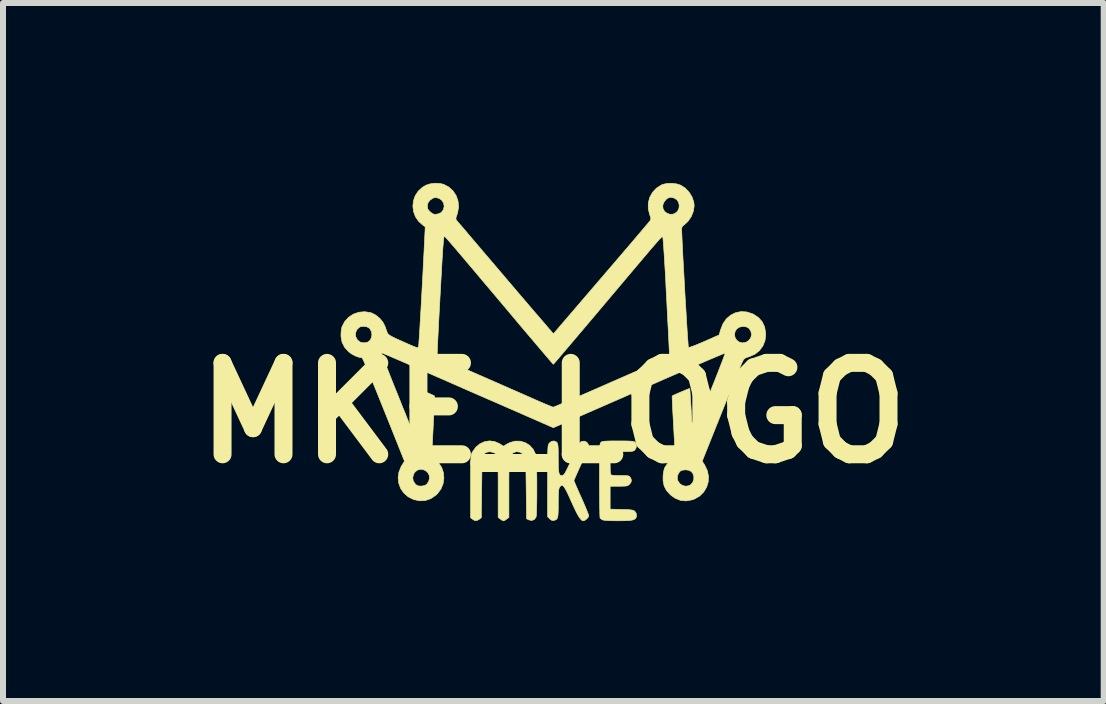
<source format=kicad_pcb>
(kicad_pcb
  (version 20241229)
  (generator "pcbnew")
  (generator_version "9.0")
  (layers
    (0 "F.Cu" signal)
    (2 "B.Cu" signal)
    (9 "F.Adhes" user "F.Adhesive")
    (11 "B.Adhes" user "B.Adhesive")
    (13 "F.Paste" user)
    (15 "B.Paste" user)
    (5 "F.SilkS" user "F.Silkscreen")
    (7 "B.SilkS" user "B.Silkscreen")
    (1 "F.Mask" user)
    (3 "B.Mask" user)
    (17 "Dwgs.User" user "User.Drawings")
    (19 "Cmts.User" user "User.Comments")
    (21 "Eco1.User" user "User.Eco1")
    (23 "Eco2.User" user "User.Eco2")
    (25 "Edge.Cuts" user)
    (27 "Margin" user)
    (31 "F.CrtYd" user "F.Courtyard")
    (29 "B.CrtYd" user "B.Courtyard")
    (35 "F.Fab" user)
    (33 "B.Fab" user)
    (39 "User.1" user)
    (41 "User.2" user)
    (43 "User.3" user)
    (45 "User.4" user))
  (footprint "MKE_LOGO"
    (layer "F.Cu")
    (at 6.176 3.835)
    (property "Reference" "MKE_LOGO" (at 0 0 0) (layer "F.SilkS") (effects (font (size 1.524 1.524) (thickness 0.3))))
    (attr through_hole)
    (fp_poly (pts (xy 1.172 0.467) (xy 1.24 0.468) (xy 1.289 0.47) (xy 1.322 0.473) (xy 1.343 0.478) (xy 1.357 0.485) (xy 1.364 0.492) (xy 1.384 0.532) (xy 1.382 0.578) (xy 1.359 0.618) (xy 1.346 0.629) (xy 1.328 0.636) (xy 1.302 0.641) (xy 1.261 0.644) (xy 1.202 0.645) (xy 1.14 0.645) (xy 0.947 0.645) (xy 0.947 0.836) (xy 0.948 0.914) (xy 0.949 0.968) (xy 0.953 1.003) (xy 0.958 1.024) (xy 0.966 1.033) (xy 0.969 1.035) (xy 0.992 1.039) (xy 1.034 1.042) (xy 1.09 1.043) (xy 1.126 1.043) (xy 1.189 1.044) (xy 1.23 1.046) (xy 1.256 1.051) (xy 1.272 1.061) (xy 1.283 1.074) (xy 1.302 1.117) (xy 1.295 1.156) (xy 1.271 1.188) (xy 1.254 1.203) (xy 1.235 1.213) (xy 1.208 1.219) (xy 1.168 1.221) (xy 1.107 1.222) (xy 1.092 1.222) (xy 0.947 1.222) (xy 0.947 1.604) (xy 1.138 1.609) (xy 1.216 1.611) (xy 1.272 1.614) (xy 1.31 1.619) (xy 1.335 1.625) (xy 1.352 1.635) (xy 1.358 1.639) (xy 1.38 1.671) (xy 1.386 1.701) (xy 1.384 1.733) (xy 1.373 1.757) (xy 1.352 1.774) (xy 1.317 1.786) (xy 1.265 1.794) (xy 1.192 1.797) (xy 1.096 1.798) (xy 1.075 1.798) (xy 0.978 1.797) (xy 0.902 1.794) (xy 0.848 1.789) (xy 0.819 1.783) (xy 0.817 1.782) (xy 0.791 1.763) (xy 0.779 1.752) (xy 0.777 1.735) (xy 0.775 1.694) (xy 0.774 1.631) (xy 0.772 1.55) (xy 0.771 1.452) (xy 0.77 1.341) (xy 0.769 1.219) (xy 0.769 1.125) (xy 0.769 0.979) (xy 0.769 0.858) (xy 0.77 0.759) (xy 0.771 0.681) (xy 0.772 0.62) (xy 0.774 0.574) (xy 0.776 0.542) (xy 0.78 0.519) (xy 0.784 0.504) (xy 0.789 0.495) (xy 0.794 0.49) (xy 0.806 0.481) (xy 0.825 0.476) (xy 0.855 0.471) (xy 0.9 0.469) (xy 0.963 0.467) (xy 1.048 0.467) (xy 1.08 0.467) (xy 1.172 0.467)) (stroke (width 0.01) (type solid)) (fill yes) (layer "F.SilkS"))
    (fp_poly (pts (xy -0.978 0.477) (xy -0.896 0.513) (xy -0.87 0.53) (xy -0.84 0.55) (xy -0.822 0.552) (xy -0.811 0.543) (xy -0.79 0.528) (xy -0.753 0.508) (xy -0.724 0.494) (xy -0.637 0.47) (xy -0.551 0.471) (xy -0.469 0.495) (xy -0.397 0.539) (xy -0.339 0.602) (xy -0.299 0.68) (xy -0.289 0.714) (xy -0.286 0.744) (xy -0.282 0.797) (xy -0.28 0.868) (xy -0.278 0.954) (xy -0.276 1.05) (xy -0.275 1.153) (xy -0.275 1.258) (xy -0.275 1.362) (xy -0.276 1.461) (xy -0.278 1.551) (xy -0.28 1.627) (xy -0.282 1.687) (xy -0.286 1.725) (xy -0.288 1.736) (xy -0.315 1.775) (xy -0.356 1.792) (xy -0.403 1.785) (xy -0.407 1.783) (xy -0.446 1.764) (xy -0.46 0.725) (xy -0.505 0.685) (xy -0.557 0.654) (xy -0.612 0.646) (xy -0.664 0.661) (xy -0.705 0.697) (xy -0.72 0.721) (xy -0.726 0.737) (xy -0.731 0.759) (xy -0.734 0.791) (xy -0.737 0.835) (xy -0.739 0.893) (xy -0.74 0.97) (xy -0.741 1.067) (xy -0.741 1.187) (xy -0.741 1.254) (xy -0.741 1.742) (xy -0.778 1.77) (xy -0.807 1.79) (xy -0.83 1.799) (xy -0.831 1.799) (xy -0.852 1.791) (xy -0.882 1.771) (xy -0.884 1.77) (xy -0.92 1.742) (xy -0.92 1.248) (xy -0.92 1.11) (xy -0.921 0.997) (xy -0.922 0.906) (xy -0.924 0.835) (xy -0.928 0.781) (xy -0.934 0.74) (xy -0.942 0.712) (xy -0.953 0.692) (xy -0.966 0.678) (xy -0.982 0.668) (xy -0.995 0.662) (xy -1.057 0.646) (xy -1.114 0.656) (xy -1.149 0.678) (xy -1.188 0.712) (xy -1.201 1.746) (xy -1.234 1.772) (xy -1.276 1.795) (xy -1.316 1.792) (xy -1.347 1.772) (xy -1.38 1.746) (xy -1.38 1.227) (xy -1.38 1.093) (xy -1.38 0.985) (xy -1.379 0.898) (xy -1.378 0.83) (xy -1.376 0.778) (xy -1.374 0.739) (xy -1.37 0.71) (xy -1.366 0.689) (xy -1.36 0.673) (xy -1.353 0.658) (xy -1.35 0.652) (xy -1.294 0.573) (xy -1.225 0.515) (xy -1.147 0.479) (xy -1.063 0.466) (xy -0.978 0.477)) (stroke (width 0.01) (type solid)) (fill yes) (layer "F.SilkS"))
    (fp_poly (pts (xy 0.05 0.483) (xy 0.06 0.492) (xy 0.068 0.505) (xy 0.074 0.525) (xy 0.078 0.556) (xy 0.081 0.603) (xy 0.082 0.668) (xy 0.082 0.757) (xy 0.083 0.854) (xy 0.085 0.928) (xy 0.09 0.98) (xy 0.098 1.014) (xy 0.11 1.034) (xy 0.127 1.042) (xy 0.15 1.042) (xy 0.152 1.041) (xy 0.164 1.037) (xy 0.177 1.026) (xy 0.193 1.004) (xy 0.212 0.969) (xy 0.238 0.918) (xy 0.271 0.848) (xy 0.31 0.762) (xy 0.352 0.67) (xy 0.386 0.599) (xy 0.412 0.548) (xy 0.432 0.513) (xy 0.448 0.491) (xy 0.463 0.479) (xy 0.471 0.475) (xy 0.516 0.47) (xy 0.556 0.487) (xy 0.582 0.521) (xy 0.585 0.529) (xy 0.585 0.548) (xy 0.579 0.577) (xy 0.564 0.619) (xy 0.541 0.678) (xy 0.507 0.756) (xy 0.469 0.842) (xy 0.432 0.923) (xy 0.4 0.995) (xy 0.373 1.056) (xy 0.354 1.1) (xy 0.344 1.125) (xy 0.343 1.129) (xy 0.349 1.144) (xy 0.364 1.18) (xy 0.387 1.234) (xy 0.417 1.302) (xy 0.451 1.379) (xy 0.467 1.413) (xy 0.503 1.495) (xy 0.535 1.57) (xy 0.561 1.633) (xy 0.58 1.681) (xy 0.59 1.71) (xy 0.59 1.715) (xy 0.58 1.741) (xy 0.553 1.77) (xy 0.522 1.792) (xy 0.5 1.799) (xy 0.478 1.792) (xy 0.453 1.769) (xy 0.425 1.73) (xy 0.391 1.67) (xy 0.351 1.589) (xy 0.309 1.497) (xy 0.264 1.397) (xy 0.228 1.32) (xy 0.199 1.265) (xy 0.175 1.229) (xy 0.155 1.21) (xy 0.138 1.207) (xy 0.122 1.217) (xy 0.104 1.238) (xy 0.104 1.239) (xy 0.096 1.255) (xy 0.09 1.281) (xy 0.086 1.32) (xy 0.084 1.376) (xy 0.082 1.453) (xy 0.082 1.504) (xy 0.082 1.597) (xy 0.08 1.666) (xy 0.076 1.716) (xy 0.068 1.75) (xy 0.056 1.771) (xy 0.038 1.783) (xy 0.015 1.791) (xy 0.011 1.792) (xy -0.021 1.793) (xy -0.051 1.775) (xy -0.061 1.766) (xy -0.096 1.731) (xy -0.096 1.135) (xy -0.096 0.992) (xy -0.096 0.873) (xy -0.095 0.777) (xy -0.095 0.7) (xy -0.093 0.641) (xy -0.091 0.596) (xy -0.089 0.564) (xy -0.085 0.541) (xy -0.081 0.525) (xy -0.075 0.514) (xy -0.069 0.504) (xy -0.068 0.503) (xy -0.031 0.474) (xy 0.011 0.467) (xy 0.05 0.483)) (stroke (width 0.01) (type solid)) (fill yes) (layer "F.SilkS"))
    (fp_poly (pts (xy -1.891 -3.826) (xy -1.83 -3.812) (xy -1.743 -3.766) (xy -1.672 -3.702) (xy -1.62 -3.622) (xy -1.589 -3.532) (xy -1.58 -3.436) (xy -1.596 -3.338) (xy -1.606 -3.306) (xy -1.621 -3.263) (xy -1.625 -3.236) (xy -1.619 -3.218) (xy -1.615 -3.214) (xy -1.603 -3.199) (xy -1.575 -3.166) (xy -1.532 -3.116) (xy -1.476 -3.051) (xy -1.41 -2.972) (xy -1.333 -2.882) (xy -1.249 -2.783) (xy -1.158 -2.676) (xy -1.077 -2.581) (xy -0.971 -2.457) (xy -0.862 -2.329) (xy -0.753 -2.2) (xy -0.646 -2.075) (xy -0.544 -1.955) (xy -0.45 -1.845) (xy -0.367 -1.748) (xy -0.298 -1.667) (xy -0.278 -1.645) (xy 0.001 -1.319) (xy 0.798 -2.249) (xy 0.917 -2.387) (xy 1.03 -2.519) (xy 1.137 -2.644) (xy 1.237 -2.761) (xy 1.328 -2.867) (xy 1.408 -2.962) (xy 1.478 -3.044) (xy 1.534 -3.111) (xy 1.577 -3.161) (xy 1.604 -3.194) (xy 1.614 -3.207) (xy 1.624 -3.227) (xy 1.624 -3.25) (xy 1.614 -3.285) (xy 1.606 -3.306) (xy 1.582 -3.405) (xy 1.583 -3.461) (xy 1.824 -3.461) (xy 1.828 -3.408) (xy 1.854 -3.361) (xy 1.885 -3.336) (xy 1.941 -3.312) (xy 1.994 -3.314) (xy 2.03 -3.328) (xy 2.071 -3.363) (xy 2.094 -3.41) (xy 2.099 -3.463) (xy 2.087 -3.514) (xy 2.058 -3.556) (xy 2.017 -3.582) (xy 1.967 -3.595) (xy 1.93 -3.592) (xy 1.893 -3.571) (xy 1.883 -3.563) (xy 1.843 -3.514) (xy 1.824 -3.461) (xy 1.583 -3.461) (xy 1.583 -3.502) (xy 1.607 -3.594) (xy 1.653 -3.677) (xy 1.718 -3.747) (xy 1.8 -3.8) (xy 1.83 -3.812) (xy 1.9 -3.827) (xy 1.981 -3.829) (xy 2.061 -3.818) (xy 2.122 -3.798) (xy 2.199 -3.749) (xy 2.264 -3.68) (xy 2.313 -3.6) (xy 2.342 -3.513) (xy 2.348 -3.453) (xy 2.335 -3.365) (xy 2.301 -3.277) (xy 2.248 -3.198) (xy 2.184 -3.138) (xy 2.156 -3.115) (xy 2.143 -3.093) (xy 2.139 -3.062) (xy 2.14 -3.031) (xy 2.144 -2.94) (xy 2.149 -2.833) (xy 2.155 -2.713) (xy 2.161 -2.583) (xy 2.169 -2.444) (xy 2.177 -2.3) (xy 2.185 -2.154) (xy 2.193 -2.007) (xy 2.201 -1.862) (xy 2.21 -1.723) (xy 2.218 -1.59) (xy 2.225 -1.469) (xy 2.232 -1.359) (xy 2.238 -1.265) (xy 2.244 -1.189) (xy 2.248 -1.133) (xy 2.251 -1.101) (xy 2.252 -1.093) (xy 2.269 -1.094) (xy 2.306 -1.106) (xy 2.363 -1.127) (xy 2.434 -1.156) (xy 2.514 -1.19) (xy 2.765 -1.301) (xy 2.767 -1.309) (xy 3.021 -1.309) (xy 3.029 -1.259) (xy 3.057 -1.213) (xy 3.096 -1.183) (xy 3.15 -1.168) (xy 3.207 -1.176) (xy 3.252 -1.202) (xy 3.291 -1.25) (xy 3.305 -1.305) (xy 3.293 -1.363) (xy 3.289 -1.371) (xy 3.26 -1.412) (xy 3.22 -1.434) (xy 3.163 -1.442) (xy 3.158 -1.442) (xy 3.101 -1.43) (xy 3.058 -1.401) (xy 3.031 -1.359) (xy 3.021 -1.309) (xy 2.767 -1.309) (xy 2.788 -1.384) (xy 2.827 -1.485) (xy 2.884 -1.568) (xy 2.956 -1.63) (xy 3.038 -1.671) (xy 3.129 -1.69) (xy 3.225 -1.684) (xy 3.323 -1.652) (xy 3.336 -1.646) (xy 3.421 -1.59) (xy 3.483 -1.519) (xy 3.523 -1.433) (xy 3.54 -1.331) (xy 3.541 -1.304) (xy 3.529 -1.206) (xy 3.493 -1.116) (xy 3.436 -1.039) (xy 3.36 -0.979) (xy 3.269 -0.939) (xy 3.264 -0.937) (xy 3.217 -0.923) (xy 3.189 -0.907) (xy 3.168 -0.883) (xy 3.152 -0.852) (xy 3.141 -0.828) (xy 3.121 -0.782) (xy 3.093 -0.714) (xy 3.058 -0.628) (xy 3.017 -0.526) (xy 2.97 -0.411) (xy 2.918 -0.285) (xy 2.864 -0.149) (xy 2.807 -0.008) (xy 2.801 0.007) (xy 2.482 0.804) (xy 2.524 0.87) (xy 2.568 0.963) (xy 2.587 1.058) (xy 2.582 1.151) (xy 2.555 1.239) (xy 2.507 1.318) (xy 2.44 1.385) (xy 2.355 1.434) (xy 2.313 1.449) (xy 2.212 1.467) (xy 2.117 1.457) (xy 2.027 1.42) (xy 1.953 1.366) (xy 1.888 1.296) (xy 1.848 1.22) (xy 1.83 1.134) (xy 1.829 1.058) (xy 1.829 1.057) (xy 2.068 1.057) (xy 2.068 1.11) (xy 2.074 1.127) (xy 2.107 1.178) (xy 2.155 1.21) (xy 2.209 1.222) (xy 2.264 1.212) (xy 2.285 1.201) (xy 2.322 1.162) (xy 2.342 1.11) (xy 2.342 1.055) (xy 2.324 1.005) (xy 2.297 0.975) (xy 2.253 0.954) (xy 2.198 0.948) (xy 2.145 0.955) (xy 2.118 0.968) (xy 2.086 1.006) (xy 2.068 1.057) (xy 1.829 1.057) (xy 1.835 0.999) (xy 1.846 0.946) (xy 1.858 0.911) (xy 1.889 0.864) (xy 1.934 0.812) (xy 1.982 0.767) (xy 2.002 0.753) (xy 2.033 0.731) (xy 2.005 0.226) (xy 1.999 0.111) (xy 1.993 0.005) (xy 1.988 -0.089) (xy 1.985 -0.167) (xy 1.982 -0.228) (xy 1.981 -0.268) (xy 1.981 -0.283) (xy 1.981 -0.283) (xy 1.996 -0.291) (xy 2.029 -0.307) (xy 2.075 -0.327) (xy 2.127 -0.349) (xy 2.178 -0.371) (xy 2.224 -0.39) (xy 2.258 -0.403) (xy 2.273 -0.408) (xy 2.274 -0.408) (xy 2.276 -0.394) (xy 2.279 -0.356) (xy 2.283 -0.298) (xy 2.288 -0.223) (xy 2.293 -0.135) (xy 2.299 -0.037) (xy 2.299 -0.035) (xy 2.305 0.062) (xy 2.31 0.151) (xy 2.315 0.226) (xy 2.32 0.285) (xy 2.323 0.324) (xy 2.325 0.339) (xy 2.325 0.339) (xy 2.332 0.328) (xy 2.349 0.293) (xy 2.374 0.235) (xy 2.409 0.154) (xy 2.451 0.052) (xy 2.501 -0.071) (xy 2.559 -0.212) (xy 2.623 -0.372) (xy 2.694 -0.549) (xy 2.704 -0.575) (xy 2.744 -0.676) (xy 2.78 -0.768) (xy 2.811 -0.849) (xy 2.836 -0.915) (xy 2.854 -0.964) (xy 2.863 -0.992) (xy 2.865 -0.998) (xy 2.852 -0.994) (xy 2.816 -0.979) (xy 2.761 -0.956) (xy 2.689 -0.926) (xy 2.603 -0.89) (xy 2.506 -0.848) (xy 2.4 -0.802) (xy 2.288 -0.754) (xy 2.173 -0.704) (xy 2.057 -0.654) (xy 1.944 -0.605) (xy 1.836 -0.558) (xy 1.736 -0.514) (xy 1.647 -0.475) (xy 1.571 -0.441) (xy 1.511 -0.414) (xy 1.503 -0.411) (xy 1.476 -0.398) (xy 1.426 -0.377) (xy 1.358 -0.346) (xy 1.273 -0.309) (xy 1.176 -0.266) (xy 1.068 -0.219) (xy 0.953 -0.169) (xy 0.835 -0.117) (xy 0.716 -0.065) (xy 0.599 -0.014) (xy 0.487 0.035) (xy 0.384 0.08) (xy 0.292 0.12) (xy 0.264 0.132) (xy -0.00021 0.246) (xy -0.457 0.046) (xy -0.572 -0.005) (xy -0.689 -0.056) (xy -0.802 -0.105) (xy -0.907 -0.151) (xy -1 -0.192) (xy -1.075 -0.224) (xy -1.112 -0.24) (xy -1.164 -0.263) (xy -1.238 -0.295) (xy -1.33 -0.335) (xy -1.437 -0.382) (xy -1.557 -0.435) (xy -1.685 -0.491) (xy -1.819 -0.55) (xy -1.955 -0.609) (xy -1.991 -0.625) (xy -2.161 -0.699) (xy -2.307 -0.764) (xy -2.431 -0.818) (xy -2.536 -0.864) (xy -2.623 -0.901) (xy -2.693 -0.931) (xy -2.748 -0.955) (xy -2.79 -0.972) (xy -2.821 -0.985) (xy -2.842 -0.993) (xy -2.856 -0.997) (xy -2.863 -0.998) (xy -2.866 -0.997) (xy -2.862 -0.984) (xy -2.849 -0.947) (xy -2.827 -0.89) (xy -2.798 -0.815) (xy -2.763 -0.725) (xy -2.722 -0.621) (xy -2.677 -0.507) (xy -2.628 -0.385) (xy -2.624 -0.376) (xy -2.562 -0.222) (xy -2.51 -0.091) (xy -2.466 0.017) (xy -2.431 0.106) (xy -2.402 0.178) (xy -2.379 0.233) (xy -2.362 0.275) (xy -2.349 0.304) (xy -2.34 0.324) (xy -2.334 0.335) (xy -2.331 0.341) (xy -2.328 0.342) (xy -2.327 0.34) (xy -2.326 0.34) (xy -2.324 0.325) (xy -2.32 0.287) (xy -2.316 0.228) (xy -2.311 0.152) (xy -2.305 0.064) (xy -2.299 -0.033) (xy -2.299 -0.035) (xy -2.293 -0.133) (xy -2.288 -0.221) (xy -2.283 -0.296) (xy -2.279 -0.355) (xy -2.276 -0.393) (xy -2.274 -0.408) (xy -2.274 -0.408) (xy -2.261 -0.404) (xy -2.229 -0.392) (xy -2.184 -0.374) (xy -2.133 -0.352) (xy -2.081 -0.33) (xy -2.034 -0.309) (xy -1.999 -0.293) (xy -1.982 -0.284) (xy -1.981 -0.283) (xy -1.981 -0.27) (xy -1.982 -0.233) (xy -1.984 -0.172) (xy -1.988 -0.086) (xy -1.993 0.025) (xy -2 0.163) (xy -2.008 0.326) (xy -2.018 0.516) (xy -2.024 0.618) (xy -2.03 0.735) (xy -1.983 0.767) (xy -1.913 0.831) (xy -1.862 0.909) (xy -1.833 0.996) (xy -1.825 1.087) (xy -1.838 1.179) (xy -1.873 1.266) (xy -1.93 1.344) (xy -1.957 1.37) (xy -2.042 1.428) (xy -2.133 1.46) (xy -2.23 1.465) (xy -2.329 1.444) (xy -2.419 1.399) (xy -2.491 1.337) (xy -2.545 1.261) (xy -2.577 1.174) (xy -2.588 1.082) (xy -2.587 1.076) (xy -2.345 1.076) (xy -2.336 1.133) (xy -2.301 1.186) (xy -2.28 1.204) (xy -2.245 1.218) (xy -2.197 1.22) (xy -2.148 1.211) (xy -2.136 1.206) (xy -2.107 1.184) (xy -2.082 1.148) (xy -2.079 1.143) (xy -2.064 1.086) (xy -2.071 1.036) (xy -2.095 0.993) (xy -2.132 0.961) (xy -2.177 0.943) (xy -2.225 0.94) (xy -2.271 0.955) (xy -2.311 0.991) (xy -2.327 1.016) (xy -2.345 1.076) (xy -2.587 1.076) (xy -2.575 0.987) (xy -2.538 0.894) (xy -2.524 0.871) (xy -2.482 0.805) (xy -2.622 0.454) (xy -2.719 0.211) (xy -2.807 -0.007) (xy -2.885 -0.201) (xy -2.953 -0.37) (xy -3.013 -0.516) (xy -3.063 -0.638) (xy -3.105 -0.738) (xy -3.139 -0.815) (xy -3.164 -0.871) (xy -3.181 -0.906) (xy -3.19 -0.92) (xy -3.191 -0.92) (xy -3.242 -0.929) (xy -3.303 -0.951) (xy -3.364 -0.984) (xy -3.387 -1.001) (xy -1.936 -1.001) (xy -1.936 -0.938) (xy -1.267 -0.645) (xy -1.127 -0.584) (xy -0.986 -0.522) (xy -0.847 -0.461) (xy -0.713 -0.402) (xy -0.589 -0.348) (xy -0.478 -0.299) (xy -0.385 -0.258) (xy -0.312 -0.226) (xy -0.309 -0.224) (xy -0.226 -0.188) (xy -0.15 -0.155) (xy -0.086 -0.129) (xy -0.038 -0.109) (xy -0.009 -0.098) (xy -0.003 -0.096) (xy 0.013 -0.102) (xy 0.051 -0.117) (xy 0.11 -0.142) (xy 0.188 -0.175) (xy 0.281 -0.215) (xy 0.389 -0.261) (xy 0.509 -0.313) (xy 0.638 -0.369) (xy 0.775 -0.429) (xy 0.787 -0.434) (xy 0.982 -0.52) (xy 1.154 -0.595) (xy 1.304 -0.661) (xy 1.433 -0.717) (xy 1.543 -0.765) (xy 1.636 -0.806) (xy 1.712 -0.839) (xy 1.775 -0.867) (xy 1.824 -0.888) (xy 1.862 -0.904) (xy 1.889 -0.916) (xy 1.909 -0.924) (xy 1.922 -0.93) (xy 1.929 -0.932) (xy 1.933 -0.934) (xy 1.933 -0.934) (xy 1.935 -0.946) (xy 1.935 -0.981) (xy 1.933 -1.033) (xy 1.93 -1.095) (xy 1.928 -1.138) (xy 1.925 -1.206) (xy 1.92 -1.295) (xy 1.915 -1.403) (xy 1.908 -1.526) (xy 1.901 -1.661) (xy 1.894 -1.805) (xy 1.886 -1.956) (xy 1.879 -2.087) (xy 1.872 -2.236) (xy 1.864 -2.376) (xy 1.856 -2.506) (xy 1.849 -2.623) (xy 1.842 -2.725) (xy 1.836 -2.809) (xy 1.831 -2.873) (xy 1.827 -2.915) (xy 1.824 -2.931) (xy 1.823 -2.931) (xy 1.821 -2.934) (xy 1.819 -2.937) (xy 1.817 -2.938) (xy 1.812 -2.936) (xy 1.805 -2.931) (xy 1.794 -2.921) (xy 1.778 -2.904) (xy 1.756 -2.881) (xy 1.728 -2.849) (xy 1.692 -2.807) (xy 1.647 -2.755) (xy 1.593 -2.692) (xy 1.528 -2.615) (xy 1.451 -2.524) (xy 1.361 -2.418) (xy 1.258 -2.296) (xy 1.14 -2.156) (xy 1.006 -1.997) (xy 0.856 -1.819) (xy 0.848 -1.81) (xy 0.728 -1.667) (xy 0.612 -1.53) (xy 0.503 -1.401) (xy 0.401 -1.281) (xy 0.308 -1.171) (xy 0.225 -1.073) (xy 0.153 -0.989) (xy 0.094 -0.919) (xy 0.048 -0.865) (xy 0.016 -0.829) (xy 0.001 -0.813) (xy 0 -0.811) (xy -0.01 -0.822) (xy -0.036 -0.851) (xy -0.077 -0.899) (xy -0.132 -0.963) (xy -0.199 -1.042) (xy -0.277 -1.134) (xy -0.365 -1.238) (xy -0.462 -1.352) (xy -0.566 -1.475) (xy -0.675 -1.605) (xy -0.741 -1.684) (xy -0.902 -1.875) (xy -1.046 -2.046) (xy -1.175 -2.198) (xy -1.288 -2.333) (xy -1.387 -2.45) (xy -1.474 -2.553) (xy -1.548 -2.64) (xy -1.611 -2.714) (xy -1.663 -2.775) (xy -1.706 -2.825) (xy -1.741 -2.865) (xy -1.768 -2.896) (xy -1.788 -2.918) (xy -1.803 -2.934) (xy -1.812 -2.943) (xy -1.818 -2.947) (xy -1.821 -2.948) (xy -1.821 -2.948) (xy -1.824 -2.932) (xy -1.829 -2.895) (xy -1.834 -2.841) (xy -1.84 -2.777) (xy -1.84 -2.772) (xy -1.844 -2.723) (xy -1.848 -2.653) (xy -1.854 -2.564) (xy -1.86 -2.459) (xy -1.866 -2.341) (xy -1.874 -2.213) (xy -1.881 -2.078) (xy -1.889 -1.939) (xy -1.896 -1.799) (xy -1.904 -1.662) (xy -1.911 -1.529) (xy -1.917 -1.405) (xy -1.923 -1.291) (xy -1.928 -1.192) (xy -1.932 -1.11) (xy -1.934 -1.048) (xy -1.936 -1.01) (xy -1.936 -1.001) (xy -3.387 -1.001) (xy -3.412 -1.019) (xy -3.48 -1.094) (xy -3.523 -1.179) (xy -3.54 -1.274) (xy -3.541 -1.304) (xy -3.539 -1.334) (xy -3.298 -1.334) (xy -3.298 -1.279) (xy -3.295 -1.27) (xy -3.264 -1.214) (xy -3.218 -1.18) (xy -3.16 -1.168) (xy -3.097 -1.18) (xy -3.058 -1.208) (xy -3.034 -1.253) (xy -3.025 -1.305) (xy -3.033 -1.358) (xy -3.059 -1.404) (xy -3.067 -1.413) (xy -3.109 -1.436) (xy -3.163 -1.444) (xy -3.215 -1.437) (xy -3.238 -1.426) (xy -3.277 -1.387) (xy -3.298 -1.334) (xy -3.539 -1.334) (xy -3.538 -1.359) (xy -3.531 -1.409) (xy -3.524 -1.437) (xy -3.478 -1.525) (xy -3.413 -1.596) (xy -3.333 -1.648) (xy -3.243 -1.679) (xy -3.146 -1.688) (xy -3.046 -1.672) (xy -3.027 -1.666) (xy -2.958 -1.63) (xy -2.892 -1.575) (xy -2.839 -1.508) (xy -2.808 -1.448) (xy -2.791 -1.4) (xy -2.775 -1.356) (xy -2.77 -1.34) (xy -2.762 -1.325) (xy -2.75 -1.311) (xy -2.731 -1.296) (xy -2.7 -1.278) (xy -2.656 -1.255) (xy -2.596 -1.227) (xy -2.515 -1.191) (xy -2.43 -1.153) (xy -2.361 -1.123) (xy -2.312 -1.103) (xy -2.281 -1.092) (xy -2.262 -1.09) (xy -2.253 -1.097) (xy -2.248 -1.112) (xy -2.246 -1.128) (xy -2.243 -1.151) (xy -2.24 -1.199) (xy -2.235 -1.269) (xy -2.229 -1.359) (xy -2.223 -1.466) (xy -2.216 -1.587) (xy -2.208 -1.72) (xy -2.2 -1.862) (xy -2.192 -2.011) (xy -2.184 -2.163) (xy -2.175 -2.317) (xy -2.168 -2.469) (xy -2.16 -2.618) (xy -2.153 -2.756) (xy -2.136 -3.103) (xy -2.17 -3.127) (xy -2.245 -3.193) (xy -2.299 -3.271) (xy -2.331 -3.358) (xy -2.342 -3.447) (xy -2.342 -3.449) (xy -2.101 -3.449) (xy -2.097 -3.41) (xy -2.081 -3.381) (xy -2.05 -3.35) (xy -2.015 -3.323) (xy -1.986 -3.312) (xy -1.951 -3.313) (xy -1.946 -3.313) (xy -1.904 -3.324) (xy -1.871 -3.341) (xy -1.867 -3.344) (xy -1.832 -3.392) (xy -1.82 -3.446) (xy -1.83 -3.5) (xy -1.861 -3.547) (xy -1.901 -3.575) (xy -1.956 -3.592) (xy -2.005 -3.583) (xy -2.054 -3.549) (xy -2.061 -3.543) (xy -2.09 -3.504) (xy -2.1 -3.46) (xy -2.101 -3.449) (xy -2.342 -3.449) (xy -2.333 -3.537) (xy -2.303 -3.622) (xy -2.253 -3.698) (xy -2.183 -3.762) (xy -2.122 -3.798) (xy -2.052 -3.82) (xy -1.971 -3.83) (xy -1.891 -3.826)) (stroke (width 0.01) (type solid)) (fill yes) (layer "F.SilkS")))
  (gr_rect
    (start -3 -3)
    (end 15.352 8.638)
    (stroke (width 0.1) (type default))
    (fill no)
    (layer "Edge.Cuts")))
</source>
